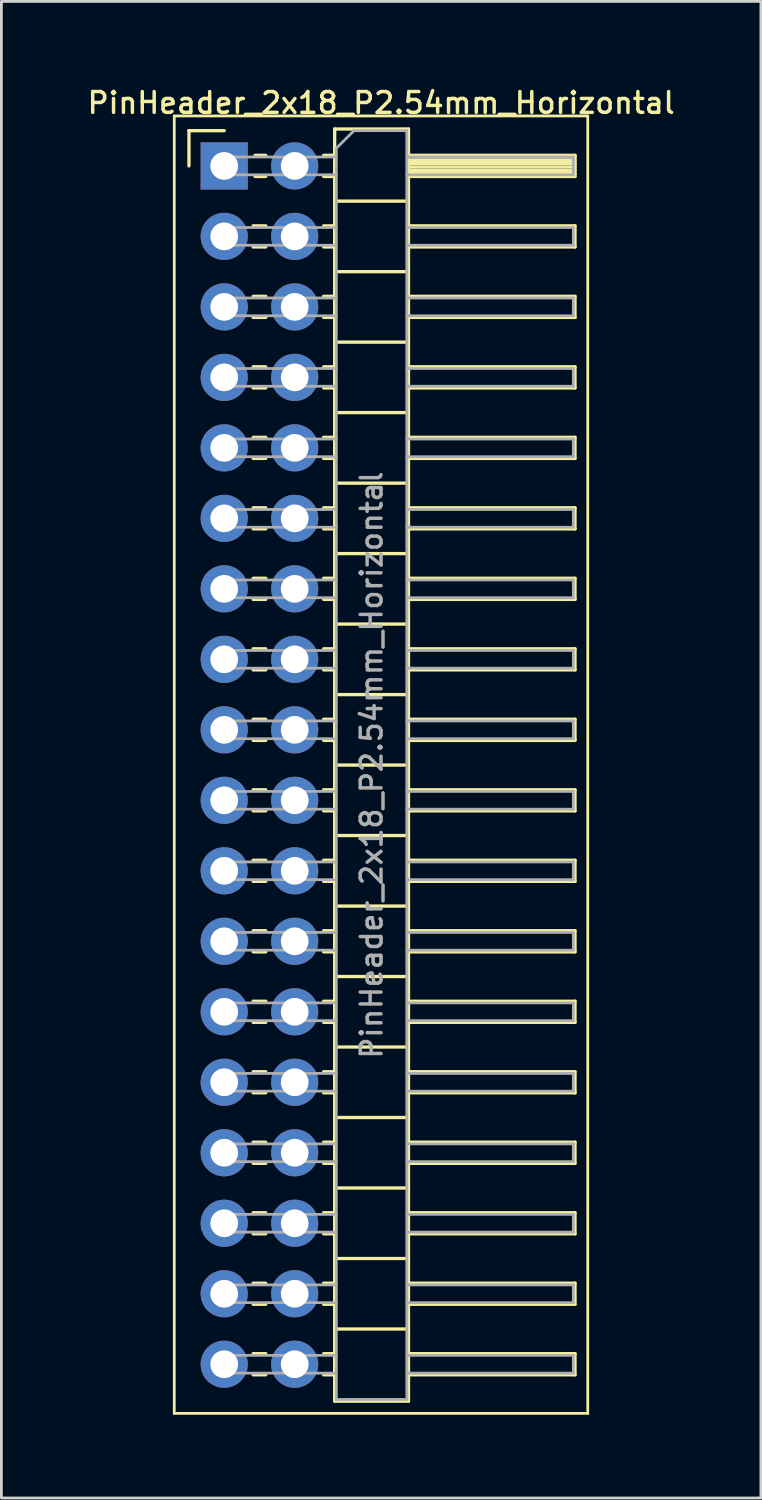
<source format=kicad_pcb>
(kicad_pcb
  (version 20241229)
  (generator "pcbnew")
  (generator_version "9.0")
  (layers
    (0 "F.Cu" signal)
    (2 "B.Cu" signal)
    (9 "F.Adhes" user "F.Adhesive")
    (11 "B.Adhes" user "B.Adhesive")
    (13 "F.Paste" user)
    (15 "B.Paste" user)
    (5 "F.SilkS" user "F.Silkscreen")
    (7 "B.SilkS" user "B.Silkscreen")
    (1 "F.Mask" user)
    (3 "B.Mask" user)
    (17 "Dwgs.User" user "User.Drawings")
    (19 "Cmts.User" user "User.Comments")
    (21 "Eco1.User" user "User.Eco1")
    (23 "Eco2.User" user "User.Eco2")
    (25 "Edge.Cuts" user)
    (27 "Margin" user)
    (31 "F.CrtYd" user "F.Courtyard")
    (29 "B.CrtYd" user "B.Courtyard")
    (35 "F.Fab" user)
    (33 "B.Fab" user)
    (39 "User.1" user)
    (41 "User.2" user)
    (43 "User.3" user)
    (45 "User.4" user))
  (footprint "PinHeader_2x18_P2.54mm_Horizontal"
    (layer "F.Cu")
    (at 5.029 2.928)
    (property "Reference" "PinHeader_2x18_P2.54mm_Horizontal" (at 5.655 -2.27 0) (layer "F.SilkS") (effects (font (size 0.75 0.75) (thickness 0.125))))
    (attr through_hole)
    (fp_line (start -1.8 -1.8) (end -1.8 44.95) (stroke (width 0.1) (type solid)) (layer "F.SilkS"))
    (fp_line (start -1.8 44.95) (end 13.1 44.95) (stroke (width 0.1) (type solid)) (layer "F.SilkS"))
    (fp_line (start -1.27 -1.27) (end 0 -1.27) (stroke (width 0.12) (type solid)) (layer "F.SilkS"))
    (fp_line (start -1.27 0) (end -1.27 -1.27) (stroke (width 0.12) (type solid)) (layer "F.SilkS"))
    (fp_line (start 1.043 2.16) (end 1.497 2.16) (stroke (width 0.12) (type solid)) (layer "F.SilkS"))
    (fp_line (start 1.043 2.92) (end 1.497 2.92) (stroke (width 0.12) (type solid)) (layer "F.SilkS"))
    (fp_line (start 1.043 4.7) (end 1.497 4.7) (stroke (width 0.12) (type solid)) (layer "F.SilkS"))
    (fp_line (start 1.043 5.46) (end 1.497 5.46) (stroke (width 0.12) (type solid)) (layer "F.SilkS"))
    (fp_line (start 1.043 7.24) (end 1.497 7.24) (stroke (width 0.12) (type solid)) (layer "F.SilkS"))
    (fp_line (start 1.043 8) (end 1.497 8) (stroke (width 0.12) (type solid)) (layer "F.SilkS"))
    (fp_line (start 1.043 9.78) (end 1.497 9.78) (stroke (width 0.12) (type solid)) (layer "F.SilkS"))
    (fp_line (start 1.043 10.54) (end 1.497 10.54) (stroke (width 0.12) (type solid)) (layer "F.SilkS"))
    (fp_line (start 1.043 12.32) (end 1.497 12.32) (stroke (width 0.12) (type solid)) (layer "F.SilkS"))
    (fp_line (start 1.043 13.08) (end 1.497 13.08) (stroke (width 0.12) (type solid)) (layer "F.SilkS"))
    (fp_line (start 1.043 14.86) (end 1.497 14.86) (stroke (width 0.12) (type solid)) (layer "F.SilkS"))
    (fp_line (start 1.043 15.62) (end 1.497 15.62) (stroke (width 0.12) (type solid)) (layer "F.SilkS"))
    (fp_line (start 1.043 17.4) (end 1.497 17.4) (stroke (width 0.12) (type solid)) (layer "F.SilkS"))
    (fp_line (start 1.043 18.16) (end 1.497 18.16) (stroke (width 0.12) (type solid)) (layer "F.SilkS"))
    (fp_line (start 1.043 19.94) (end 1.497 19.94) (stroke (width 0.12) (type solid)) (layer "F.SilkS"))
    (fp_line (start 1.043 20.7) (end 1.497 20.7) (stroke (width 0.12) (type solid)) (layer "F.SilkS"))
    (fp_line (start 1.043 22.48) (end 1.497 22.48) (stroke (width 0.12) (type solid)) (layer "F.SilkS"))
    (fp_line (start 1.043 23.24) (end 1.497 23.24) (stroke (width 0.12) (type solid)) (layer "F.SilkS"))
    (fp_line (start 1.043 25.02) (end 1.497 25.02) (stroke (width 0.12) (type solid)) (layer "F.SilkS"))
    (fp_line (start 1.043 25.78) (end 1.497 25.78) (stroke (width 0.12) (type solid)) (layer "F.SilkS"))
    (fp_line (start 1.043 27.56) (end 1.497 27.56) (stroke (width 0.12) (type solid)) (layer "F.SilkS"))
    (fp_line (start 1.043 28.32) (end 1.497 28.32) (stroke (width 0.12) (type solid)) (layer "F.SilkS"))
    (fp_line (start 1.043 30.1) (end 1.497 30.1) (stroke (width 0.12) (type solid)) (layer "F.SilkS"))
    (fp_line (start 1.043 30.86) (end 1.497 30.86) (stroke (width 0.12) (type solid)) (layer "F.SilkS"))
    (fp_line (start 1.043 32.64) (end 1.497 32.64) (stroke (width 0.12) (type solid)) (layer "F.SilkS"))
    (fp_line (start 1.043 33.4) (end 1.497 33.4) (stroke (width 0.12) (type solid)) (layer "F.SilkS"))
    (fp_line (start 1.043 35.18) (end 1.497 35.18) (stroke (width 0.12) (type solid)) (layer "F.SilkS"))
    (fp_line (start 1.043 35.94) (end 1.497 35.94) (stroke (width 0.12) (type solid)) (layer "F.SilkS"))
    (fp_line (start 1.043 37.72) (end 1.497 37.72) (stroke (width 0.12) (type solid)) (layer "F.SilkS"))
    (fp_line (start 1.043 38.48) (end 1.497 38.48) (stroke (width 0.12) (type solid)) (layer "F.SilkS"))
    (fp_line (start 1.043 40.26) (end 1.497 40.26) (stroke (width 0.12) (type solid)) (layer "F.SilkS"))
    (fp_line (start 1.043 41.02) (end 1.497 41.02) (stroke (width 0.12) (type solid)) (layer "F.SilkS"))
    (fp_line (start 1.043 42.8) (end 1.497 42.8) (stroke (width 0.12) (type solid)) (layer "F.SilkS"))
    (fp_line (start 1.043 43.56) (end 1.497 43.56) (stroke (width 0.12) (type solid)) (layer "F.SilkS"))
    (fp_line (start 1.11 -0.38) (end 1.497 -0.38) (stroke (width 0.12) (type solid)) (layer "F.SilkS"))
    (fp_line (start 1.11 0.38) (end 1.497 0.38) (stroke (width 0.12) (type solid)) (layer "F.SilkS"))
    (fp_line (start 3.583 -0.38) (end 3.98 -0.38) (stroke (width 0.12) (type solid)) (layer "F.SilkS"))
    (fp_line (start 3.583 0.38) (end 3.98 0.38) (stroke (width 0.12) (type solid)) (layer "F.SilkS"))
    (fp_line (start 3.583 2.16) (end 3.98 2.16) (stroke (width 0.12) (type solid)) (layer "F.SilkS"))
    (fp_line (start 3.583 2.92) (end 3.98 2.92) (stroke (width 0.12) (type solid)) (layer "F.SilkS"))
    (fp_line (start 3.583 4.7) (end 3.98 4.7) (stroke (width 0.12) (type solid)) (layer "F.SilkS"))
    (fp_line (start 3.583 5.46) (end 3.98 5.46) (stroke (width 0.12) (type solid)) (layer "F.SilkS"))
    (fp_line (start 3.583 7.24) (end 3.98 7.24) (stroke (width 0.12) (type solid)) (layer "F.SilkS"))
    (fp_line (start 3.583 8) (end 3.98 8) (stroke (width 0.12) (type solid)) (layer "F.SilkS"))
    (fp_line (start 3.583 9.78) (end 3.98 9.78) (stroke (width 0.12) (type solid)) (layer "F.SilkS"))
    (fp_line (start 3.583 10.54) (end 3.98 10.54) (stroke (width 0.12) (type solid)) (layer "F.SilkS"))
    (fp_line (start 3.583 12.32) (end 3.98 12.32) (stroke (width 0.12) (type solid)) (layer "F.SilkS"))
    (fp_line (start 3.583 13.08) (end 3.98 13.08) (stroke (width 0.12) (type solid)) (layer "F.SilkS"))
    (fp_line (start 3.583 14.86) (end 3.98 14.86) (stroke (width 0.12) (type solid)) (layer "F.SilkS"))
    (fp_line (start 3.583 15.62) (end 3.98 15.62) (stroke (width 0.12) (type solid)) (layer "F.SilkS"))
    (fp_line (start 3.583 17.4) (end 3.98 17.4) (stroke (width 0.12) (type solid)) (layer "F.SilkS"))
    (fp_line (start 3.583 18.16) (end 3.98 18.16) (stroke (width 0.12) (type solid)) (layer "F.SilkS"))
    (fp_line (start 3.583 19.94) (end 3.98 19.94) (stroke (width 0.12) (type solid)) (layer "F.SilkS"))
    (fp_line (start 3.583 20.7) (end 3.98 20.7) (stroke (width 0.12) (type solid)) (layer "F.SilkS"))
    (fp_line (start 3.583 22.48) (end 3.98 22.48) (stroke (width 0.12) (type solid)) (layer "F.SilkS"))
    (fp_line (start 3.583 23.24) (end 3.98 23.24) (stroke (width 0.12) (type solid)) (layer "F.SilkS"))
    (fp_line (start 3.583 25.02) (end 3.98 25.02) (stroke (width 0.12) (type solid)) (layer "F.SilkS"))
    (fp_line (start 3.583 25.78) (end 3.98 25.78) (stroke (width 0.12) (type solid)) (layer "F.SilkS"))
    (fp_line (start 3.583 27.56) (end 3.98 27.56) (stroke (width 0.12) (type solid)) (layer "F.SilkS"))
    (fp_line (start 3.583 28.32) (end 3.98 28.32) (stroke (width 0.12) (type solid)) (layer "F.SilkS"))
    (fp_line (start 3.583 30.1) (end 3.98 30.1) (stroke (width 0.12) (type solid)) (layer "F.SilkS"))
    (fp_line (start 3.583 30.86) (end 3.98 30.86) (stroke (width 0.12) (type solid)) (layer "F.SilkS"))
    (fp_line (start 3.583 32.64) (end 3.98 32.64) (stroke (width 0.12) (type solid)) (layer "F.SilkS"))
    (fp_line (start 3.583 33.4) (end 3.98 33.4) (stroke (width 0.12) (type solid)) (layer "F.SilkS"))
    (fp_line (start 3.583 35.18) (end 3.98 35.18) (stroke (width 0.12) (type solid)) (layer "F.SilkS"))
    (fp_line (start 3.583 35.94) (end 3.98 35.94) (stroke (width 0.12) (type solid)) (layer "F.SilkS"))
    (fp_line (start 3.583 37.72) (end 3.98 37.72) (stroke (width 0.12) (type solid)) (layer "F.SilkS"))
    (fp_line (start 3.583 38.48) (end 3.98 38.48) (stroke (width 0.12) (type solid)) (layer "F.SilkS"))
    (fp_line (start 3.583 40.26) (end 3.98 40.26) (stroke (width 0.12) (type solid)) (layer "F.SilkS"))
    (fp_line (start 3.583 41.02) (end 3.98 41.02) (stroke (width 0.12) (type solid)) (layer "F.SilkS"))
    (fp_line (start 3.583 42.8) (end 3.98 42.8) (stroke (width 0.12) (type solid)) (layer "F.SilkS"))
    (fp_line (start 3.583 43.56) (end 3.98 43.56) (stroke (width 0.12) (type solid)) (layer "F.SilkS"))
    (fp_line (start 3.98 -1.33) (end 3.98 44.51) (stroke (width 0.12) (type solid)) (layer "F.SilkS"))
    (fp_line (start 3.98 1.27) (end 6.64 1.27) (stroke (width 0.12) (type solid)) (layer "F.SilkS"))
    (fp_line (start 3.98 3.81) (end 6.64 3.81) (stroke (width 0.12) (type solid)) (layer "F.SilkS"))
    (fp_line (start 3.98 6.35) (end 6.64 6.35) (stroke (width 0.12) (type solid)) (layer "F.SilkS"))
    (fp_line (start 3.98 8.89) (end 6.64 8.89) (stroke (width 0.12) (type solid)) (layer "F.SilkS"))
    (fp_line (start 3.98 11.43) (end 6.64 11.43) (stroke (width 0.12) (type solid)) (layer "F.SilkS"))
    (fp_line (start 3.98 13.97) (end 6.64 13.97) (stroke (width 0.12) (type solid)) (layer "F.SilkS"))
    (fp_line (start 3.98 16.51) (end 6.64 16.51) (stroke (width 0.12) (type solid)) (layer "F.SilkS"))
    (fp_line (start 3.98 19.05) (end 6.64 19.05) (stroke (width 0.12) (type solid)) (layer "F.SilkS"))
    (fp_line (start 3.98 21.59) (end 6.64 21.59) (stroke (width 0.12) (type solid)) (layer "F.SilkS"))
    (fp_line (start 3.98 24.13) (end 6.64 24.13) (stroke (width 0.12) (type solid)) (layer "F.SilkS"))
    (fp_line (start 3.98 26.67) (end 6.64 26.67) (stroke (width 0.12) (type solid)) (layer "F.SilkS"))
    (fp_line (start 3.98 29.21) (end 6.64 29.21) (stroke (width 0.12) (type solid)) (layer "F.SilkS"))
    (fp_line (start 3.98 31.75) (end 6.64 31.75) (stroke (width 0.12) (type solid)) (layer "F.SilkS"))
    (fp_line (start 3.98 34.29) (end 6.64 34.29) (stroke (width 0.12) (type solid)) (layer "F.SilkS"))
    (fp_line (start 3.98 36.83) (end 6.64 36.83) (stroke (width 0.12) (type solid)) (layer "F.SilkS"))
    (fp_line (start 3.98 39.37) (end 6.64 39.37) (stroke (width 0.12) (type solid)) (layer "F.SilkS"))
    (fp_line (start 3.98 41.91) (end 6.64 41.91) (stroke (width 0.12) (type solid)) (layer "F.SilkS"))
    (fp_line (start 3.98 44.51) (end 6.64 44.51) (stroke (width 0.12) (type solid)) (layer "F.SilkS"))
    (fp_line (start 6.64 -1.33) (end 3.98 -1.33) (stroke (width 0.12) (type solid)) (layer "F.SilkS"))
    (fp_line (start 6.64 -0.38) (end 12.64 -0.38) (stroke (width 0.12) (type solid)) (layer "F.SilkS"))
    (fp_line (start 6.64 -0.32) (end 12.64 -0.32) (stroke (width 0.12) (type solid)) (layer "F.SilkS"))
    (fp_line (start 6.64 -0.2) (end 12.64 -0.2) (stroke (width 0.12) (type solid)) (layer "F.SilkS"))
    (fp_line (start 6.64 -0.08) (end 12.64 -0.08) (stroke (width 0.12) (type solid)) (layer "F.SilkS"))
    (fp_line (start 6.64 0.04) (end 12.64 0.04) (stroke (width 0.12) (type solid)) (layer "F.SilkS"))
    (fp_line (start 6.64 0.16) (end 12.64 0.16) (stroke (width 0.12) (type solid)) (layer "F.SilkS"))
    (fp_line (start 6.64 0.28) (end 12.64 0.28) (stroke (width 0.12) (type solid)) (layer "F.SilkS"))
    (fp_line (start 6.64 2.16) (end 12.64 2.16) (stroke (width 0.12) (type solid)) (layer "F.SilkS"))
    (fp_line (start 6.64 4.7) (end 12.64 4.7) (stroke (width 0.12) (type solid)) (layer "F.SilkS"))
    (fp_line (start 6.64 7.24) (end 12.64 7.24) (stroke (width 0.12) (type solid)) (layer "F.SilkS"))
    (fp_line (start 6.64 9.78) (end 12.64 9.78) (stroke (width 0.12) (type solid)) (layer "F.SilkS"))
    (fp_line (start 6.64 12.32) (end 12.64 12.32) (stroke (width 0.12) (type solid)) (layer "F.SilkS"))
    (fp_line (start 6.64 14.86) (end 12.64 14.86) (stroke (width 0.12) (type solid)) (layer "F.SilkS"))
    (fp_line (start 6.64 17.4) (end 12.64 17.4) (stroke (width 0.12) (type solid)) (layer "F.SilkS"))
    (fp_line (start 6.64 19.94) (end 12.64 19.94) (stroke (width 0.12) (type solid)) (layer "F.SilkS"))
    (fp_line (start 6.64 22.48) (end 12.64 22.48) (stroke (width 0.12) (type solid)) (layer "F.SilkS"))
    (fp_line (start 6.64 25.02) (end 12.64 25.02) (stroke (width 0.12) (type solid)) (layer "F.SilkS"))
    (fp_line (start 6.64 27.56) (end 12.64 27.56) (stroke (width 0.12) (type solid)) (layer "F.SilkS"))
    (fp_line (start 6.64 30.1) (end 12.64 30.1) (stroke (width 0.12) (type solid)) (layer "F.SilkS"))
    (fp_line (start 6.64 32.64) (end 12.64 32.64) (stroke (width 0.12) (type solid)) (layer "F.SilkS"))
    (fp_line (start 6.64 35.18) (end 12.64 35.18) (stroke (width 0.12) (type solid)) (layer "F.SilkS"))
    (fp_line (start 6.64 37.72) (end 12.64 37.72) (stroke (width 0.12) (type solid)) (layer "F.SilkS"))
    (fp_line (start 6.64 40.26) (end 12.64 40.26) (stroke (width 0.12) (type solid)) (layer "F.SilkS"))
    (fp_line (start 6.64 42.8) (end 12.64 42.8) (stroke (width 0.12) (type solid)) (layer "F.SilkS"))
    (fp_line (start 6.64 44.51) (end 6.64 -1.33) (stroke (width 0.12) (type solid)) (layer "F.SilkS"))
    (fp_line (start 12.64 -0.38) (end 12.64 0.38) (stroke (width 0.12) (type solid)) (layer "F.SilkS"))
    (fp_line (start 12.64 0.38) (end 6.64 0.38) (stroke (width 0.12) (type solid)) (layer "F.SilkS"))
    (fp_line (start 12.64 2.16) (end 12.64 2.92) (stroke (width 0.12) (type solid)) (layer "F.SilkS"))
    (fp_line (start 12.64 2.92) (end 6.64 2.92) (stroke (width 0.12) (type solid)) (layer "F.SilkS"))
    (fp_line (start 12.64 4.7) (end 12.64 5.46) (stroke (width 0.12) (type solid)) (layer "F.SilkS"))
    (fp_line (start 12.64 5.46) (end 6.64 5.46) (stroke (width 0.12) (type solid)) (layer "F.SilkS"))
    (fp_line (start 12.64 7.24) (end 12.64 8) (stroke (width 0.12) (type solid)) (layer "F.SilkS"))
    (fp_line (start 12.64 8) (end 6.64 8) (stroke (width 0.12) (type solid)) (layer "F.SilkS"))
    (fp_line (start 12.64 9.78) (end 12.64 10.54) (stroke (width 0.12) (type solid)) (layer "F.SilkS"))
    (fp_line (start 12.64 10.54) (end 6.64 10.54) (stroke (width 0.12) (type solid)) (layer "F.SilkS"))
    (fp_line (start 12.64 12.32) (end 12.64 13.08) (stroke (width 0.12) (type solid)) (layer "F.SilkS"))
    (fp_line (start 12.64 13.08) (end 6.64 13.08) (stroke (width 0.12) (type solid)) (layer "F.SilkS"))
    (fp_line (start 12.64 14.86) (end 12.64 15.62) (stroke (width 0.12) (type solid)) (layer "F.SilkS"))
    (fp_line (start 12.64 15.62) (end 6.64 15.62) (stroke (width 0.12) (type solid)) (layer "F.SilkS"))
    (fp_line (start 12.64 17.4) (end 12.64 18.16) (stroke (width 0.12) (type solid)) (layer "F.SilkS"))
    (fp_line (start 12.64 18.16) (end 6.64 18.16) (stroke (width 0.12) (type solid)) (layer "F.SilkS"))
    (fp_line (start 12.64 19.94) (end 12.64 20.7) (stroke (width 0.12) (type solid)) (layer "F.SilkS"))
    (fp_line (start 12.64 20.7) (end 6.64 20.7) (stroke (width 0.12) (type solid)) (layer "F.SilkS"))
    (fp_line (start 12.64 22.48) (end 12.64 23.24) (stroke (width 0.12) (type solid)) (layer "F.SilkS"))
    (fp_line (start 12.64 23.24) (end 6.64 23.24) (stroke (width 0.12) (type solid)) (layer "F.SilkS"))
    (fp_line (start 12.64 25.02) (end 12.64 25.78) (stroke (width 0.12) (type solid)) (layer "F.SilkS"))
    (fp_line (start 12.64 25.78) (end 6.64 25.78) (stroke (width 0.12) (type solid)) (layer "F.SilkS"))
    (fp_line (start 12.64 27.56) (end 12.64 28.32) (stroke (width 0.12) (type solid)) (layer "F.SilkS"))
    (fp_line (start 12.64 28.32) (end 6.64 28.32) (stroke (width 0.12) (type solid)) (layer "F.SilkS"))
    (fp_line (start 12.64 30.1) (end 12.64 30.86) (stroke (width 0.12) (type solid)) (layer "F.SilkS"))
    (fp_line (start 12.64 30.86) (end 6.64 30.86) (stroke (width 0.12) (type solid)) (layer "F.SilkS"))
    (fp_line (start 12.64 32.64) (end 12.64 33.4) (stroke (width 0.12) (type solid)) (layer "F.SilkS"))
    (fp_line (start 12.64 33.4) (end 6.64 33.4) (stroke (width 0.12) (type solid)) (layer "F.SilkS"))
    (fp_line (start 12.64 35.18) (end 12.64 35.94) (stroke (width 0.12) (type solid)) (layer "F.SilkS"))
    (fp_line (start 12.64 35.94) (end 6.64 35.94) (stroke (width 0.12) (type solid)) (layer "F.SilkS"))
    (fp_line (start 12.64 37.72) (end 12.64 38.48) (stroke (width 0.12) (type solid)) (layer "F.SilkS"))
    (fp_line (start 12.64 38.48) (end 6.64 38.48) (stroke (width 0.12) (type solid)) (layer "F.SilkS"))
    (fp_line (start 12.64 40.26) (end 12.64 41.02) (stroke (width 0.12) (type solid)) (layer "F.SilkS"))
    (fp_line (start 12.64 41.02) (end 6.64 41.02) (stroke (width 0.12) (type solid)) (layer "F.SilkS"))
    (fp_line (start 12.64 42.8) (end 12.64 43.56) (stroke (width 0.12) (type solid)) (layer "F.SilkS"))
    (fp_line (start 12.64 43.56) (end 6.64 43.56) (stroke (width 0.12) (type solid)) (layer "F.SilkS"))
    (fp_line (start 13.1 -1.8) (end -1.8 -1.8) (stroke (width 0.1) (type solid)) (layer "F.SilkS"))
    (fp_line (start 13.1 44.95) (end 13.1 -1.8) (stroke (width 0.1) (type solid)) (layer "F.SilkS"))
    (fp_line (start -0.32 -0.32) (end -0.32 0.32) (stroke (width 0.1) (type solid)) (layer "F.Fab"))
    (fp_line (start -0.32 -0.32) (end 4.04 -0.32) (stroke (width 0.1) (type solid)) (layer "F.Fab"))
    (fp_line (start -0.32 0.32) (end 4.04 0.32) (stroke (width 0.1) (type solid)) (layer "F.Fab"))
    (fp_line (start -0.32 2.22) (end -0.32 2.86) (stroke (width 0.1) (type solid)) (layer "F.Fab"))
    (fp_line (start -0.32 2.22) (end 4.04 2.22) (stroke (width 0.1) (type solid)) (layer "F.Fab"))
    (fp_line (start -0.32 2.86) (end 4.04 2.86) (stroke (width 0.1) (type solid)) (layer "F.Fab"))
    (fp_line (start -0.32 4.76) (end -0.32 5.4) (stroke (width 0.1) (type solid)) (layer "F.Fab"))
    (fp_line (start -0.32 4.76) (end 4.04 4.76) (stroke (width 0.1) (type solid)) (layer "F.Fab"))
    (fp_line (start -0.32 5.4) (end 4.04 5.4) (stroke (width 0.1) (type solid)) (layer "F.Fab"))
    (fp_line (start -0.32 7.3) (end -0.32 7.94) (stroke (width 0.1) (type solid)) (layer "F.Fab"))
    (fp_line (start -0.32 7.3) (end 4.04 7.3) (stroke (width 0.1) (type solid)) (layer "F.Fab"))
    (fp_line (start -0.32 7.94) (end 4.04 7.94) (stroke (width 0.1) (type solid)) (layer "F.Fab"))
    (fp_line (start -0.32 9.84) (end -0.32 10.48) (stroke (width 0.1) (type solid)) (layer "F.Fab"))
    (fp_line (start -0.32 9.84) (end 4.04 9.84) (stroke (width 0.1) (type solid)) (layer "F.Fab"))
    (fp_line (start -0.32 10.48) (end 4.04 10.48) (stroke (width 0.1) (type solid)) (layer "F.Fab"))
    (fp_line (start -0.32 12.38) (end -0.32 13.02) (stroke (width 0.1) (type solid)) (layer "F.Fab"))
    (fp_line (start -0.32 12.38) (end 4.04 12.38) (stroke (width 0.1) (type solid)) (layer "F.Fab"))
    (fp_line (start -0.32 13.02) (end 4.04 13.02) (stroke (width 0.1) (type solid)) (layer "F.Fab"))
    (fp_line (start -0.32 14.92) (end -0.32 15.56) (stroke (width 0.1) (type solid)) (layer "F.Fab"))
    (fp_line (start -0.32 14.92) (end 4.04 14.92) (stroke (width 0.1) (type solid)) (layer "F.Fab"))
    (fp_line (start -0.32 15.56) (end 4.04 15.56) (stroke (width 0.1) (type solid)) (layer "F.Fab"))
    (fp_line (start -0.32 17.46) (end -0.32 18.1) (stroke (width 0.1) (type solid)) (layer "F.Fab"))
    (fp_line (start -0.32 17.46) (end 4.04 17.46) (stroke (width 0.1) (type solid)) (layer "F.Fab"))
    (fp_line (start -0.32 18.1) (end 4.04 18.1) (stroke (width 0.1) (type solid)) (layer "F.Fab"))
    (fp_line (start -0.32 20) (end -0.32 20.64) (stroke (width 0.1) (type solid)) (layer "F.Fab"))
    (fp_line (start -0.32 20) (end 4.04 20) (stroke (width 0.1) (type solid)) (layer "F.Fab"))
    (fp_line (start -0.32 20.64) (end 4.04 20.64) (stroke (width 0.1) (type solid)) (layer "F.Fab"))
    (fp_line (start -0.32 22.54) (end -0.32 23.18) (stroke (width 0.1) (type solid)) (layer "F.Fab"))
    (fp_line (start -0.32 22.54) (end 4.04 22.54) (stroke (width 0.1) (type solid)) (layer "F.Fab"))
    (fp_line (start -0.32 23.18) (end 4.04 23.18) (stroke (width 0.1) (type solid)) (layer "F.Fab"))
    (fp_line (start -0.32 25.08) (end -0.32 25.72) (stroke (width 0.1) (type solid)) (layer "F.Fab"))
    (fp_line (start -0.32 25.08) (end 4.04 25.08) (stroke (width 0.1) (type solid)) (layer "F.Fab"))
    (fp_line (start -0.32 25.72) (end 4.04 25.72) (stroke (width 0.1) (type solid)) (layer "F.Fab"))
    (fp_line (start -0.32 27.62) (end -0.32 28.26) (stroke (width 0.1) (type solid)) (layer "F.Fab"))
    (fp_line (start -0.32 27.62) (end 4.04 27.62) (stroke (width 0.1) (type solid)) (layer "F.Fab"))
    (fp_line (start -0.32 28.26) (end 4.04 28.26) (stroke (width 0.1) (type solid)) (layer "F.Fab"))
    (fp_line (start -0.32 30.16) (end -0.32 30.8) (stroke (width 0.1) (type solid)) (layer "F.Fab"))
    (fp_line (start -0.32 30.16) (end 4.04 30.16) (stroke (width 0.1) (type solid)) (layer "F.Fab"))
    (fp_line (start -0.32 30.8) (end 4.04 30.8) (stroke (width 0.1) (type solid)) (layer "F.Fab"))
    (fp_line (start -0.32 32.7) (end -0.32 33.34) (stroke (width 0.1) (type solid)) (layer "F.Fab"))
    (fp_line (start -0.32 32.7) (end 4.04 32.7) (stroke (width 0.1) (type solid)) (layer "F.Fab"))
    (fp_line (start -0.32 33.34) (end 4.04 33.34) (stroke (width 0.1) (type solid)) (layer "F.Fab"))
    (fp_line (start -0.32 35.24) (end -0.32 35.88) (stroke (width 0.1) (type solid)) (layer "F.Fab"))
    (fp_line (start -0.32 35.24) (end 4.04 35.24) (stroke (width 0.1) (type solid)) (layer "F.Fab"))
    (fp_line (start -0.32 35.88) (end 4.04 35.88) (stroke (width 0.1) (type solid)) (layer "F.Fab"))
    (fp_line (start -0.32 37.78) (end -0.32 38.42) (stroke (width 0.1) (type solid)) (layer "F.Fab"))
    (fp_line (start -0.32 37.78) (end 4.04 37.78) (stroke (width 0.1) (type solid)) (layer "F.Fab"))
    (fp_line (start -0.32 38.42) (end 4.04 38.42) (stroke (width 0.1) (type solid)) (layer "F.Fab"))
    (fp_line (start -0.32 40.32) (end -0.32 40.96) (stroke (width 0.1) (type solid)) (layer "F.Fab"))
    (fp_line (start -0.32 40.32) (end 4.04 40.32) (stroke (width 0.1) (type solid)) (layer "F.Fab"))
    (fp_line (start -0.32 40.96) (end 4.04 40.96) (stroke (width 0.1) (type solid)) (layer "F.Fab"))
    (fp_line (start -0.32 42.86) (end -0.32 43.5) (stroke (width 0.1) (type solid)) (layer "F.Fab"))
    (fp_line (start -0.32 42.86) (end 4.04 42.86) (stroke (width 0.1) (type solid)) (layer "F.Fab"))
    (fp_line (start -0.32 43.5) (end 4.04 43.5) (stroke (width 0.1) (type solid)) (layer "F.Fab"))
    (fp_line (start 4.04 -0.635) (end 4.675 -1.27) (stroke (width 0.1) (type solid)) (layer "F.Fab"))
    (fp_line (start 4.04 44.45) (end 4.04 -0.635) (stroke (width 0.1) (type solid)) (layer "F.Fab"))
    (fp_line (start 4.675 -1.27) (end 6.58 -1.27) (stroke (width 0.1) (type solid)) (layer "F.Fab"))
    (fp_line (start 6.58 -1.27) (end 6.58 44.45) (stroke (width 0.1) (type solid)) (layer "F.Fab"))
    (fp_line (start 6.58 -0.32) (end 12.58 -0.32) (stroke (width 0.1) (type solid)) (layer "F.Fab"))
    (fp_line (start 6.58 0.32) (end 12.58 0.32) (stroke (width 0.1) (type solid)) (layer "F.Fab"))
    (fp_line (start 6.58 2.22) (end 12.58 2.22) (stroke (width 0.1) (type solid)) (layer "F.Fab"))
    (fp_line (start 6.58 2.86) (end 12.58 2.86) (stroke (width 0.1) (type solid)) (layer "F.Fab"))
    (fp_line (start 6.58 4.76) (end 12.58 4.76) (stroke (width 0.1) (type solid)) (layer "F.Fab"))
    (fp_line (start 6.58 5.4) (end 12.58 5.4) (stroke (width 0.1) (type solid)) (layer "F.Fab"))
    (fp_line (start 6.58 7.3) (end 12.58 7.3) (stroke (width 0.1) (type solid)) (layer "F.Fab"))
    (fp_line (start 6.58 7.94) (end 12.58 7.94) (stroke (width 0.1) (type solid)) (layer "F.Fab"))
    (fp_line (start 6.58 9.84) (end 12.58 9.84) (stroke (width 0.1) (type solid)) (layer "F.Fab"))
    (fp_line (start 6.58 10.48) (end 12.58 10.48) (stroke (width 0.1) (type solid)) (layer "F.Fab"))
    (fp_line (start 6.58 12.38) (end 12.58 12.38) (stroke (width 0.1) (type solid)) (layer "F.Fab"))
    (fp_line (start 6.58 13.02) (end 12.58 13.02) (stroke (width 0.1) (type solid)) (layer "F.Fab"))
    (fp_line (start 6.58 14.92) (end 12.58 14.92) (stroke (width 0.1) (type solid)) (layer "F.Fab"))
    (fp_line (start 6.58 15.56) (end 12.58 15.56) (stroke (width 0.1) (type solid)) (layer "F.Fab"))
    (fp_line (start 6.58 17.46) (end 12.58 17.46) (stroke (width 0.1) (type solid)) (layer "F.Fab"))
    (fp_line (start 6.58 18.1) (end 12.58 18.1) (stroke (width 0.1) (type solid)) (layer "F.Fab"))
    (fp_line (start 6.58 20) (end 12.58 20) (stroke (width 0.1) (type solid)) (layer "F.Fab"))
    (fp_line (start 6.58 20.64) (end 12.58 20.64) (stroke (width 0.1) (type solid)) (layer "F.Fab"))
    (fp_line (start 6.58 22.54) (end 12.58 22.54) (stroke (width 0.1) (type solid)) (layer "F.Fab"))
    (fp_line (start 6.58 23.18) (end 12.58 23.18) (stroke (width 0.1) (type solid)) (layer "F.Fab"))
    (fp_line (start 6.58 25.08) (end 12.58 25.08) (stroke (width 0.1) (type solid)) (layer "F.Fab"))
    (fp_line (start 6.58 25.72) (end 12.58 25.72) (stroke (width 0.1) (type solid)) (layer "F.Fab"))
    (fp_line (start 6.58 27.62) (end 12.58 27.62) (stroke (width 0.1) (type solid)) (layer "F.Fab"))
    (fp_line (start 6.58 28.26) (end 12.58 28.26) (stroke (width 0.1) (type solid)) (layer "F.Fab"))
    (fp_line (start 6.58 30.16) (end 12.58 30.16) (stroke (width 0.1) (type solid)) (layer "F.Fab"))
    (fp_line (start 6.58 30.8) (end 12.58 30.8) (stroke (width 0.1) (type solid)) (layer "F.Fab"))
    (fp_line (start 6.58 32.7) (end 12.58 32.7) (stroke (width 0.1) (type solid)) (layer "F.Fab"))
    (fp_line (start 6.58 33.34) (end 12.58 33.34) (stroke (width 0.1) (type solid)) (layer "F.Fab"))
    (fp_line (start 6.58 35.24) (end 12.58 35.24) (stroke (width 0.1) (type solid)) (layer "F.Fab"))
    (fp_line (start 6.58 35.88) (end 12.58 35.88) (stroke (width 0.1) (type solid)) (layer "F.Fab"))
    (fp_line (start 6.58 37.78) (end 12.58 37.78) (stroke (width 0.1) (type solid)) (layer "F.Fab"))
    (fp_line (start 6.58 38.42) (end 12.58 38.42) (stroke (width 0.1) (type solid)) (layer "F.Fab"))
    (fp_line (start 6.58 40.32) (end 12.58 40.32) (stroke (width 0.1) (type solid)) (layer "F.Fab"))
    (fp_line (start 6.58 40.96) (end 12.58 40.96) (stroke (width 0.1) (type solid)) (layer "F.Fab"))
    (fp_line (start 6.58 42.86) (end 12.58 42.86) (stroke (width 0.1) (type solid)) (layer "F.Fab"))
    (fp_line (start 6.58 43.5) (end 12.58 43.5) (stroke (width 0.1) (type solid)) (layer "F.Fab"))
    (fp_line (start 6.58 44.45) (end 4.04 44.45) (stroke (width 0.1) (type solid)) (layer "F.Fab"))
    (fp_line (start 12.58 -0.32) (end 12.58 0.32) (stroke (width 0.1) (type solid)) (layer "F.Fab"))
    (fp_line (start 12.58 2.22) (end 12.58 2.86) (stroke (width 0.1) (type solid)) (layer "F.Fab"))
    (fp_line (start 12.58 4.76) (end 12.58 5.4) (stroke (width 0.1) (type solid)) (layer "F.Fab"))
    (fp_line (start 12.58 7.3) (end 12.58 7.94) (stroke (width 0.1) (type solid)) (layer "F.Fab"))
    (fp_line (start 12.58 9.84) (end 12.58 10.48) (stroke (width 0.1) (type solid)) (layer "F.Fab"))
    (fp_line (start 12.58 12.38) (end 12.58 13.02) (stroke (width 0.1) (type solid)) (layer "F.Fab"))
    (fp_line (start 12.58 14.92) (end 12.58 15.56) (stroke (width 0.1) (type solid)) (layer "F.Fab"))
    (fp_line (start 12.58 17.46) (end 12.58 18.1) (stroke (width 0.1) (type solid)) (layer "F.Fab"))
    (fp_line (start 12.58 20) (end 12.58 20.64) (stroke (width 0.1) (type solid)) (layer "F.Fab"))
    (fp_line (start 12.58 22.54) (end 12.58 23.18) (stroke (width 0.1) (type solid)) (layer "F.Fab"))
    (fp_line (start 12.58 25.08) (end 12.58 25.72) (stroke (width 0.1) (type solid)) (layer "F.Fab"))
    (fp_line (start 12.58 27.62) (end 12.58 28.26) (stroke (width 0.1) (type solid)) (layer "F.Fab"))
    (fp_line (start 12.58 30.16) (end 12.58 30.8) (stroke (width 0.1) (type solid)) (layer "F.Fab"))
    (fp_line (start 12.58 32.7) (end 12.58 33.34) (stroke (width 0.1) (type solid)) (layer "F.Fab"))
    (fp_line (start 12.58 35.24) (end 12.58 35.88) (stroke (width 0.1) (type solid)) (layer "F.Fab"))
    (fp_line (start 12.58 37.78) (end 12.58 38.42) (stroke (width 0.1) (type solid)) (layer "F.Fab"))
    (fp_line (start 12.58 40.32) (end 12.58 40.96) (stroke (width 0.1) (type solid)) (layer "F.Fab"))
    (fp_line (start 12.58 42.86) (end 12.58 43.5) (stroke (width 0.1) (type solid)) (layer "F.Fab"))
    (fp_text user "${REFERENCE}" (at 5.31 21.59 90) (layer "F.Fab") (effects (font (size 0.75 0.75) (thickness 0.125))))
    (pad "1" thru_hole rect (at 0 0) (size 1.7 1.7) (drill 1) (layers "*.Cu" "*.Mask"))
    (pad "2" thru_hole oval (at 2.54 0) (size 1.7 1.7) (drill 1) (layers "*.Cu" "*.Mask"))
    (pad "3" thru_hole oval (at 0 2.54) (size 1.7 1.7) (drill 1) (layers "*.Cu" "*.Mask"))
    (pad "4" thru_hole oval (at 2.54 2.54) (size 1.7 1.7) (drill 1) (layers "*.Cu" "*.Mask"))
    (pad "5" thru_hole oval (at 0 5.08) (size 1.7 1.7) (drill 1) (layers "*.Cu" "*.Mask"))
    (pad "6" thru_hole oval (at 2.54 5.08) (size 1.7 1.7) (drill 1) (layers "*.Cu" "*.Mask"))
    (pad "7" thru_hole oval (at 0 7.62) (size 1.7 1.7) (drill 1) (layers "*.Cu" "*.Mask"))
    (pad "8" thru_hole oval (at 2.54 7.62) (size 1.7 1.7) (drill 1) (layers "*.Cu" "*.Mask"))
    (pad "9" thru_hole oval (at 0 10.16) (size 1.7 1.7) (drill 1) (layers "*.Cu" "*.Mask"))
    (pad "10" thru_hole oval (at 2.54 10.16) (size 1.7 1.7) (drill 1) (layers "*.Cu" "*.Mask"))
    (pad "11" thru_hole oval (at 0 12.7) (size 1.7 1.7) (drill 1) (layers "*.Cu" "*.Mask"))
    (pad "12" thru_hole oval (at 2.54 12.7) (size 1.7 1.7) (drill 1) (layers "*.Cu" "*.Mask"))
    (pad "13" thru_hole oval (at 0 15.24) (size 1.7 1.7) (drill 1) (layers "*.Cu" "*.Mask"))
    (pad "14" thru_hole oval (at 2.54 15.24) (size 1.7 1.7) (drill 1) (layers "*.Cu" "*.Mask"))
    (pad "15" thru_hole oval (at 0 17.78) (size 1.7 1.7) (drill 1) (layers "*.Cu" "*.Mask"))
    (pad "16" thru_hole oval (at 2.54 17.78) (size 1.7 1.7) (drill 1) (layers "*.Cu" "*.Mask"))
    (pad "17" thru_hole oval (at 0 20.32) (size 1.7 1.7) (drill 1) (layers "*.Cu" "*.Mask"))
    (pad "18" thru_hole oval (at 2.54 20.32) (size 1.7 1.7) (drill 1) (layers "*.Cu" "*.Mask"))
    (pad "19" thru_hole oval (at 0 22.86) (size 1.7 1.7) (drill 1) (layers "*.Cu" "*.Mask"))
    (pad "20" thru_hole oval (at 2.54 22.86) (size 1.7 1.7) (drill 1) (layers "*.Cu" "*.Mask"))
    (pad "21" thru_hole oval (at 0 25.4) (size 1.7 1.7) (drill 1) (layers "*.Cu" "*.Mask"))
    (pad "22" thru_hole oval (at 2.54 25.4) (size 1.7 1.7) (drill 1) (layers "*.Cu" "*.Mask"))
    (pad "23" thru_hole oval (at 0 27.94) (size 1.7 1.7) (drill 1) (layers "*.Cu" "*.Mask"))
    (pad "24" thru_hole oval (at 2.54 27.94) (size 1.7 1.7) (drill 1) (layers "*.Cu" "*.Mask"))
    (pad "25" thru_hole oval (at 0 30.48) (size 1.7 1.7) (drill 1) (layers "*.Cu" "*.Mask"))
    (pad "26" thru_hole oval (at 2.54 30.48) (size 1.7 1.7) (drill 1) (layers "*.Cu" "*.Mask"))
    (pad "27" thru_hole oval (at 0 33.02) (size 1.7 1.7) (drill 1) (layers "*.Cu" "*.Mask"))
    (pad "28" thru_hole oval (at 2.54 33.02) (size 1.7 1.7) (drill 1) (layers "*.Cu" "*.Mask"))
    (pad "29" thru_hole oval (at 0 35.56) (size 1.7 1.7) (drill 1) (layers "*.Cu" "*.Mask"))
    (pad "30" thru_hole oval (at 2.54 35.56) (size 1.7 1.7) (drill 1) (layers "*.Cu" "*.Mask"))
    (pad "31" thru_hole oval (at 0 38.1) (size 1.7 1.7) (drill 1) (layers "*.Cu" "*.Mask"))
    (pad "32" thru_hole oval (at 2.54 38.1) (size 1.7 1.7) (drill 1) (layers "*.Cu" "*.Mask"))
    (pad "33" thru_hole oval (at 0 40.64) (size 1.7 1.7) (drill 1) (layers "*.Cu" "*.Mask"))
    (pad "34" thru_hole oval (at 2.54 40.64) (size 1.7 1.7) (drill 1) (layers "*.Cu" "*.Mask"))
    (pad "35" thru_hole oval (at 0 43.18) (size 1.7 1.7) (drill 1) (layers "*.Cu" "*.Mask"))
    (pad "36" thru_hole oval (at 2.54 43.18) (size 1.7 1.7) (drill 1) (layers "*.Cu" "*.Mask")))
  (gr_rect
    (start -3 -3)
    (end 24.368 50.928)
    (stroke (width 0.1) (type default))
    (fill no)
    (layer "Edge.Cuts")))
</source>
